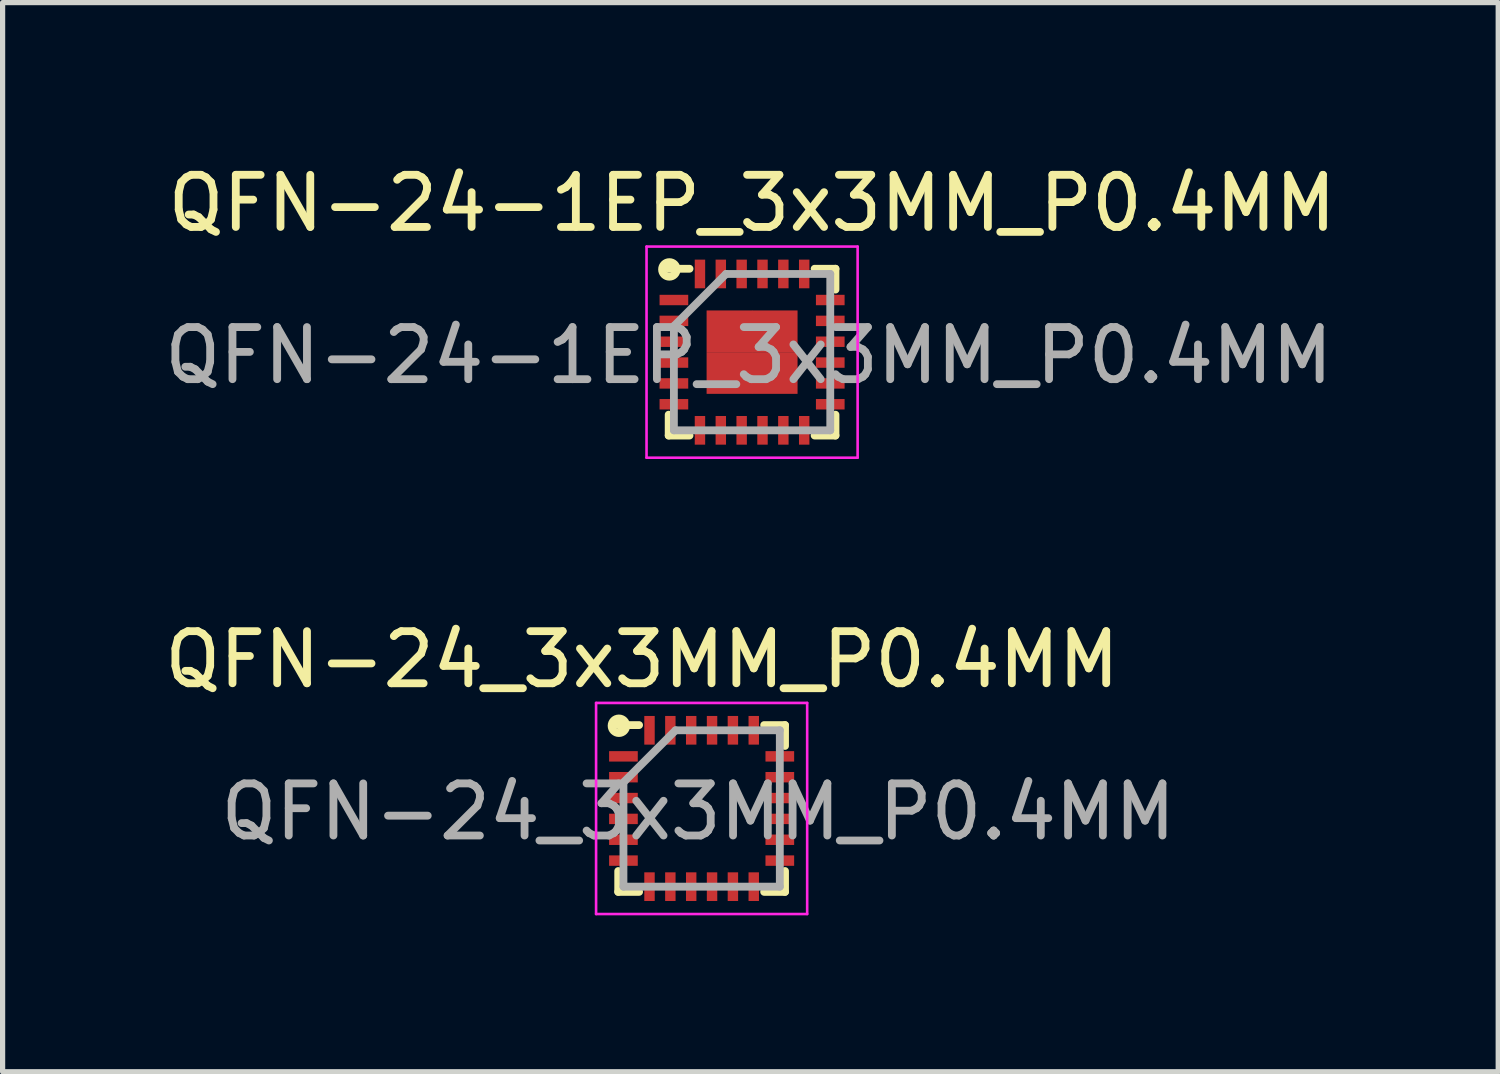
<source format=kicad_pcb>
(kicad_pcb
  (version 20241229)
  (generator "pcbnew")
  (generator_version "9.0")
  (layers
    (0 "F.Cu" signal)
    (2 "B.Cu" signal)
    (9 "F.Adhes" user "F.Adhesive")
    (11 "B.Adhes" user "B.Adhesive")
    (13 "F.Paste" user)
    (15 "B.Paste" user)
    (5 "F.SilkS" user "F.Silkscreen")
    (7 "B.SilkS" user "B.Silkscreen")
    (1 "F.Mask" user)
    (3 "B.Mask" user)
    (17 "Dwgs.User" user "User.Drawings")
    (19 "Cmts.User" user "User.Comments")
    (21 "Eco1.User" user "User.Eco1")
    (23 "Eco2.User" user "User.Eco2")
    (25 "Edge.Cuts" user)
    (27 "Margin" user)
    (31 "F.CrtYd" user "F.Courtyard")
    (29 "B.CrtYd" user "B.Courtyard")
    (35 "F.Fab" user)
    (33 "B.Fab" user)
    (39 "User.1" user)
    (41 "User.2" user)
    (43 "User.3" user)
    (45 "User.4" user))
  (footprint "QFN-24_3x3MM_P0.4MM"
    (layer "F.Cu")
    (at 10.411 12.461)
    (property "Reference" "QFN-24_3x3MM_P0.4MM" (at -0.064 0.064 0) (layer "F.Fab") (effects (font (size 1 1) (thickness 0.15))))
    (attr smd)
    (fp_line (start -1.6 -1.6) (end -1.2 -1.6) (stroke (width 0.15) (type solid)) (layer "F.SilkS"))
    (fp_line (start -1.6 1.6) (end -1.6 1.2) (stroke (width 0.15) (type solid)) (layer "F.SilkS"))
    (fp_line (start -1.6 1.6) (end -1.2 1.6) (stroke (width 0.15) (type solid)) (layer "F.SilkS"))
    (fp_line (start 1.6 -1.6) (end 1.2 -1.6) (stroke (width 0.15) (type solid)) (layer "F.SilkS"))
    (fp_line (start 1.6 -1.6) (end 1.6 -1.2) (stroke (width 0.15) (type solid)) (layer "F.SilkS"))
    (fp_line (start 1.6 1.6) (end 1.2 1.6) (stroke (width 0.15) (type solid)) (layer "F.SilkS"))
    (fp_line (start 1.6 1.6) (end 1.6 1.2) (stroke (width 0.15) (type solid)) (layer "F.SilkS"))
    (fp_circle (center -1.587 -1.587) (end -1.524 -1.587) (stroke (width 0.152) (type solid)) (fill no) (layer "F.SilkS"))
    (fp_line (start -2.025 -2.025) (end 2.025 -2.025) (stroke (width 0.05) (type solid)) (layer "F.CrtYd"))
    (fp_line (start -2.025 2.025) (end -2.025 -2.025) (stroke (width 0.05) (type solid)) (layer "F.CrtYd"))
    (fp_line (start 2.025 -2.025) (end 2.025 2.025) (stroke (width 0.05) (type solid)) (layer "F.CrtYd"))
    (fp_line (start 2.025 2.025) (end -2.025 2.025) (stroke (width 0.05) (type solid)) (layer "F.CrtYd"))
    (fp_line (start -1.5 -0.5) (end -0.5 -1.5) (stroke (width 0.15) (type solid)) (layer "F.Fab"))
    (fp_line (start -1.5 1.5) (end -1.5 -0.5) (stroke (width 0.15) (type solid)) (layer "F.Fab"))
    (fp_line (start -0.5 -1.5) (end 1.5 -1.5) (stroke (width 0.15) (type solid)) (layer "F.Fab"))
    (fp_line (start 1.5 -1.5) (end 1.5 1.5) (stroke (width 0.15) (type solid)) (layer "F.Fab"))
    (fp_line (start 1.5 1.5) (end -1.5 1.5) (stroke (width 0.15) (type solid)) (layer "F.Fab"))
    (fp_text user "${REFERENCE}" (at -1.143 -2.857 0) (layer "F.SilkS") (effects (font (size 1 1) (thickness 0.15))))
    (pad "1" smd rect (at -1.5 -1) (size 0.55 0.2) (layers "F.Cu" "F.Mask" "F.Paste"))
    (pad "2" smd rect (at -1.5 -0.6) (size 0.55 0.2) (layers "F.Cu" "F.Mask" "F.Paste"))
    (pad "3" smd rect (at -1.5 -0.2) (size 0.55 0.2) (layers "F.Cu" "F.Mask" "F.Paste"))
    (pad "4" smd rect (at -1.5 0.2) (size 0.55 0.2) (layers "F.Cu" "F.Mask" "F.Paste"))
    (pad "5" smd rect (at -1.5 0.6) (size 0.55 0.2) (layers "F.Cu" "F.Mask" "F.Paste"))
    (pad "6" smd rect (at -1.5 1) (size 0.55 0.2) (layers "F.Cu" "F.Mask" "F.Paste"))
    (pad "7" smd rect (at -1 1.5 90) (size 0.55 0.2) (layers "F.Cu" "F.Mask" "F.Paste"))
    (pad "8" smd rect (at -0.6 1.5 90) (size 0.55 0.2) (layers "F.Cu" "F.Mask" "F.Paste"))
    (pad "9" smd rect (at -0.2 1.5 90) (size 0.55 0.2) (layers "F.Cu" "F.Mask" "F.Paste"))
    (pad "10" smd rect (at 0.2 1.5 90) (size 0.55 0.2) (layers "F.Cu" "F.Mask" "F.Paste"))
    (pad "11" smd rect (at 0.6 1.5 90) (size 0.55 0.2) (layers "F.Cu" "F.Mask" "F.Paste"))
    (pad "12" smd rect (at 1 1.5 90) (size 0.55 0.2) (layers "F.Cu" "F.Mask" "F.Paste"))
    (pad "13" smd rect (at 1.5 1) (size 0.55 0.2) (layers "F.Cu" "F.Mask" "F.Paste"))
    (pad "14" smd rect (at 1.5 0.6) (size 0.55 0.2) (layers "F.Cu" "F.Mask" "F.Paste"))
    (pad "15" smd rect (at 1.5 0.2) (size 0.55 0.2) (layers "F.Cu" "F.Mask" "F.Paste"))
    (pad "16" smd rect (at 1.5 -0.2) (size 0.55 0.2) (layers "F.Cu" "F.Mask" "F.Paste"))
    (pad "17" smd rect (at 1.5 -0.6) (size 0.55 0.2) (layers "F.Cu" "F.Mask" "F.Paste"))
    (pad "18" smd rect (at 1.5 -1) (size 0.55 0.2) (layers "F.Cu" "F.Mask" "F.Paste"))
    (pad "19" smd rect (at 1 -1.5 90) (size 0.55 0.2) (layers "F.Cu" "F.Mask" "F.Paste"))
    (pad "20" smd rect (at 0.6 -1.5 90) (size 0.55 0.2) (layers "F.Cu" "F.Mask" "F.Paste"))
    (pad "21" smd rect (at 0.2 -1.5 90) (size 0.55 0.2) (layers "F.Cu" "F.Mask" "F.Paste"))
    (pad "22" smd rect (at -0.2 -1.5 90) (size 0.55 0.2) (layers "F.Cu" "F.Mask" "F.Paste"))
    (pad "23" smd rect (at -0.6 -1.5 90) (size 0.55 0.2) (layers "F.Cu" "F.Mask" "F.Paste"))
    (pad "24" smd rect (at -1 -1.5 90) (size 0.55 0.2) (layers "F.Cu" "F.Mask" "F.Paste")))
  (footprint "QFN-24-1EP_3x3MM_P0.4MM"
    (layer "F.Cu")
    (at 11.379 3.706)
    (property "Reference" "QFN-24-1EP_3x3MM_P0.4MM" (at -0.064 0.064 0) (layer "F.Fab") (effects (font (size 1 1) (thickness 0.15))))
    (attr smd)
    (fp_line (start -1.6 -1.6) (end -1.2 -1.6) (stroke (width 0.15) (type solid)) (layer "F.SilkS"))
    (fp_line (start -1.6 1.6) (end -1.6 1.2) (stroke (width 0.15) (type solid)) (layer "F.SilkS"))
    (fp_line (start -1.6 1.6) (end -1.2 1.6) (stroke (width 0.15) (type solid)) (layer "F.SilkS"))
    (fp_line (start 1.6 -1.6) (end 1.2 -1.6) (stroke (width 0.15) (type solid)) (layer "F.SilkS"))
    (fp_line (start 1.6 -1.6) (end 1.6 -1.2) (stroke (width 0.15) (type solid)) (layer "F.SilkS"))
    (fp_line (start 1.6 1.6) (end 1.2 1.6) (stroke (width 0.15) (type solid)) (layer "F.SilkS"))
    (fp_line (start 1.6 1.6) (end 1.6 1.2) (stroke (width 0.15) (type solid)) (layer "F.SilkS"))
    (fp_circle (center -1.587 -1.587) (end -1.524 -1.587) (stroke (width 0.152) (type solid)) (fill no) (layer "F.SilkS"))
    (fp_line (start -2.025 -2.025) (end 2.025 -2.025) (stroke (width 0.05) (type solid)) (layer "F.CrtYd"))
    (fp_line (start -2.025 2.025) (end -2.025 -2.025) (stroke (width 0.05) (type solid)) (layer "F.CrtYd"))
    (fp_line (start 2.025 -2.025) (end 2.025 2.025) (stroke (width 0.05) (type solid)) (layer "F.CrtYd"))
    (fp_line (start 2.025 2.025) (end -2.025 2.025) (stroke (width 0.05) (type solid)) (layer "F.CrtYd"))
    (fp_line (start -1.5 -0.5) (end -0.5 -1.5) (stroke (width 0.15) (type solid)) (layer "F.Fab"))
    (fp_line (start -1.5 1.5) (end -1.5 -0.5) (stroke (width 0.15) (type solid)) (layer "F.Fab"))
    (fp_line (start -0.5 -1.5) (end 1.5 -1.5) (stroke (width 0.15) (type solid)) (layer "F.Fab"))
    (fp_line (start 1.5 -1.5) (end 1.5 1.5) (stroke (width 0.15) (type solid)) (layer "F.Fab"))
    (fp_line (start 1.5 1.5) (end -1.5 1.5) (stroke (width 0.15) (type solid)) (layer "F.Fab"))
    (fp_text user "${REFERENCE}" (at 0 -2.857 0) (layer "F.SilkS") (effects (font (size 1 1) (thickness 0.15))))
    (pad "1" smd rect (at -1.5 -1) (size 0.55 0.2) (layers "F.Cu" "F.Mask" "F.Paste"))
    (pad "2" smd rect (at -1.5 -0.6) (size 0.55 0.2) (layers "F.Cu" "F.Mask" "F.Paste"))
    (pad "3" smd rect (at -1.5 -0.2) (size 0.55 0.2) (layers "F.Cu" "F.Mask" "F.Paste"))
    (pad "4" smd rect (at -1.5 0.2) (size 0.55 0.2) (layers "F.Cu" "F.Mask" "F.Paste"))
    (pad "5" smd rect (at -1.5 0.6) (size 0.55 0.2) (layers "F.Cu" "F.Mask" "F.Paste"))
    (pad "6" smd rect (at -1.5 1) (size 0.55 0.2) (layers "F.Cu" "F.Mask" "F.Paste"))
    (pad "7" smd rect (at -1 1.5 90) (size 0.55 0.2) (layers "F.Cu" "F.Mask" "F.Paste"))
    (pad "8" smd rect (at -0.6 1.5 90) (size 0.55 0.2) (layers "F.Cu" "F.Mask" "F.Paste"))
    (pad "9" smd rect (at -0.2 1.5 90) (size 0.55 0.2) (layers "F.Cu" "F.Mask" "F.Paste"))
    (pad "10" smd rect (at 0.2 1.5 90) (size 0.55 0.2) (layers "F.Cu" "F.Mask" "F.Paste"))
    (pad "11" smd rect (at 0.6 1.5 90) (size 0.55 0.2) (layers "F.Cu" "F.Mask" "F.Paste"))
    (pad "12" smd rect (at 1 1.5 90) (size 0.55 0.2) (layers "F.Cu" "F.Mask" "F.Paste"))
    (pad "13" smd rect (at 1.5 1) (size 0.55 0.2) (layers "F.Cu" "F.Mask" "F.Paste"))
    (pad "14" smd rect (at 1.5 0.6) (size 0.55 0.2) (layers "F.Cu" "F.Mask" "F.Paste"))
    (pad "15" smd rect (at 1.5 0.2) (size 0.55 0.2) (layers "F.Cu" "F.Mask" "F.Paste"))
    (pad "16" smd rect (at 1.5 -0.2) (size 0.55 0.2) (layers "F.Cu" "F.Mask" "F.Paste"))
    (pad "17" smd rect (at 1.5 -0.6) (size 0.55 0.2) (layers "F.Cu" "F.Mask" "F.Paste"))
    (pad "18" smd rect (at 1.5 -1) (size 0.55 0.2) (layers "F.Cu" "F.Mask" "F.Paste"))
    (pad "19" smd rect (at 1 -1.5 90) (size 0.55 0.2) (layers "F.Cu" "F.Mask" "F.Paste"))
    (pad "20" smd rect (at 0.6 -1.5 90) (size 0.55 0.2) (layers "F.Cu" "F.Mask" "F.Paste"))
    (pad "21" smd rect (at 0.2 -1.5 90) (size 0.55 0.2) (layers "F.Cu" "F.Mask" "F.Paste"))
    (pad "22" smd rect (at -0.2 -1.5 90) (size 0.55 0.2) (layers "F.Cu" "F.Mask" "F.Paste"))
    (pad "23" smd rect (at -0.6 -1.5 90) (size 0.55 0.2) (layers "F.Cu" "F.Mask" "F.Paste"))
    (pad "24" smd rect (at -1 -1.5 90) (size 0.55 0.2) (layers "F.Cu" "F.Mask" "F.Paste"))
    (pad "25" smd rect (at -0.435 -0.4) (size 0.875 0.8) (layers "F.Cu" "F.Mask" "F.Paste"))
    (pad "25" smd rect (at -0.435 0.4) (size 0.875 0.8) (layers "F.Cu" "F.Mask" "F.Paste"))
    (pad "25" smd rect (at 0.435 -0.4) (size 0.875 0.8) (layers "F.Cu" "F.Mask" "F.Paste"))
    (pad "25" smd rect (at 0.435 0.4) (size 0.875 0.8) (layers "F.Cu" "F.Mask" "F.Paste")))
  (gr_rect
    (start -3 -3)
    (end 25.694 17.512)
    (stroke (width 0.1) (type default))
    (fill no)
    (layer "Edge.Cuts")))
</source>
